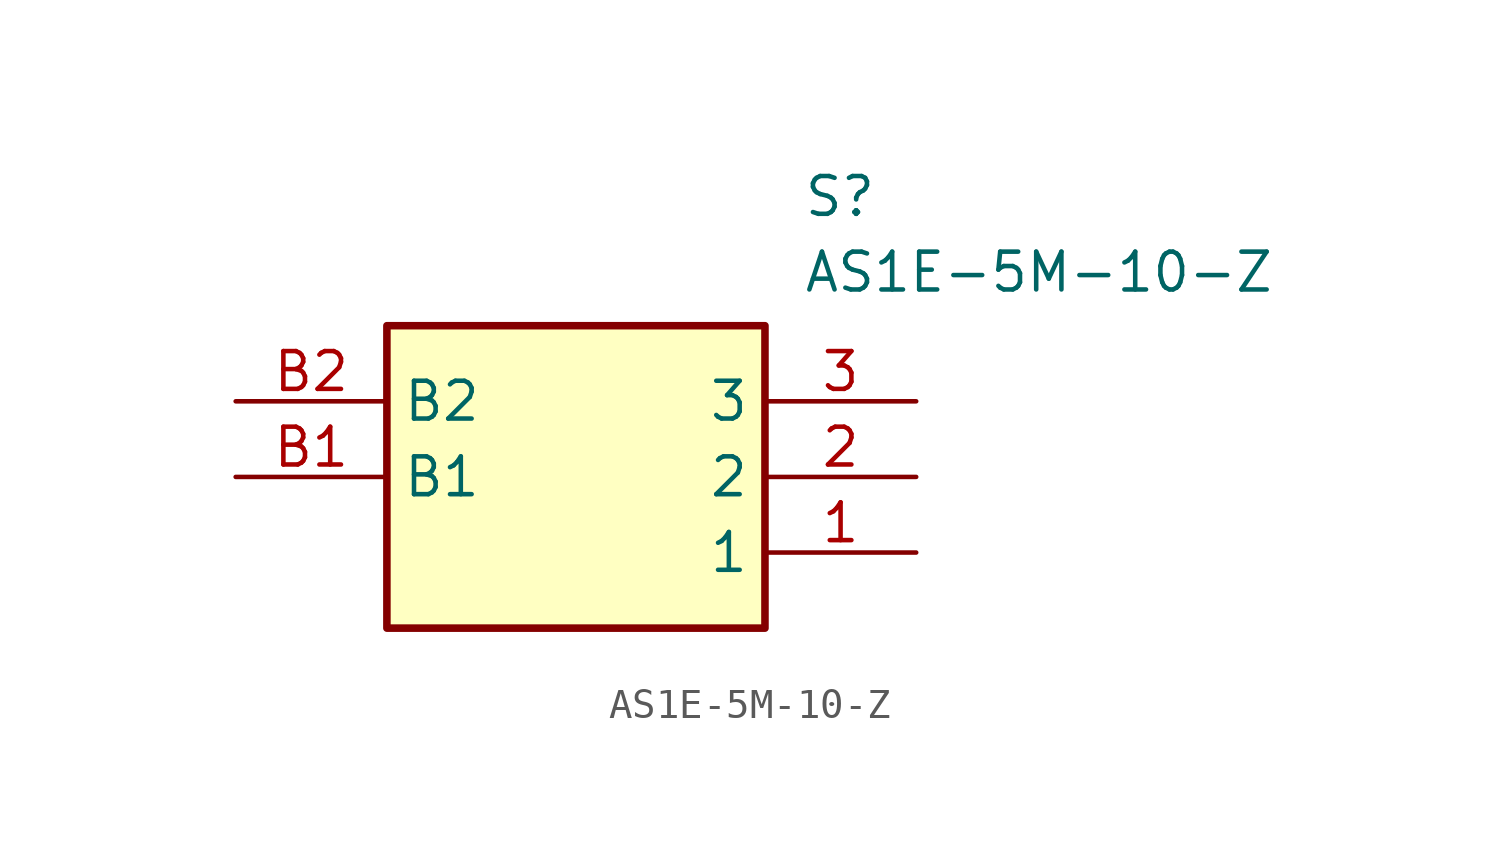
<source format=kicad_sym>
(kicad_symbol_lib
  (version 20211014)
  (generator SamacSys_ECAD_Model)
  (symbol "AS1E-5M-10-Z"
    (property "Reference" "S"
      (at 19.05 7.62 0)
      (effects (font (size 1.27 1.27)) (justify left top)))
    (property "Value" "AS1E-5M-10-Z"
      (at 19.05 5.08 0)
      (effects (font (size 1.27 1.27)) (justify left top)))
    (rectangle
      (start 5.08 2.54)
      (end 17.78 -7.62)
      (stroke (width 0.254) (type default))
      (fill (type background)))
    (pin passive line
      (at 22.86 -5.08 180)
      (length 5.08)
      (name "1" (effects (font (size 1.27 1.27))))
      (number "1" (effects (font (size 1.27 1.27)))))
    (pin passive line
      (at 22.86 -2.54 180)
      (length 5.08)
      (name "2" (effects (font (size 1.27 1.27))))
      (number "2" (effects (font (size 1.27 1.27)))))
    (pin passive line
      (at 22.86 0 180)
      (length 5.08)
      (name "3" (effects (font (size 1.27 1.27))))
      (number "3" (effects (font (size 1.27 1.27)))))
    (pin passive line
      (at 0 -2.54 0)
      (length 5.08)
      (name "B1" (effects (font (size 1.27 1.27))))
      (number "B1" (effects (font (size 1.27 1.27)))))
    (pin passive line
      (at 0 0 0)
      (length 5.08)
      (name "B2" (effects (font (size 1.27 1.27))))
      (number "B2" (effects (font (size 1.27 1.27)))))))
</source>
